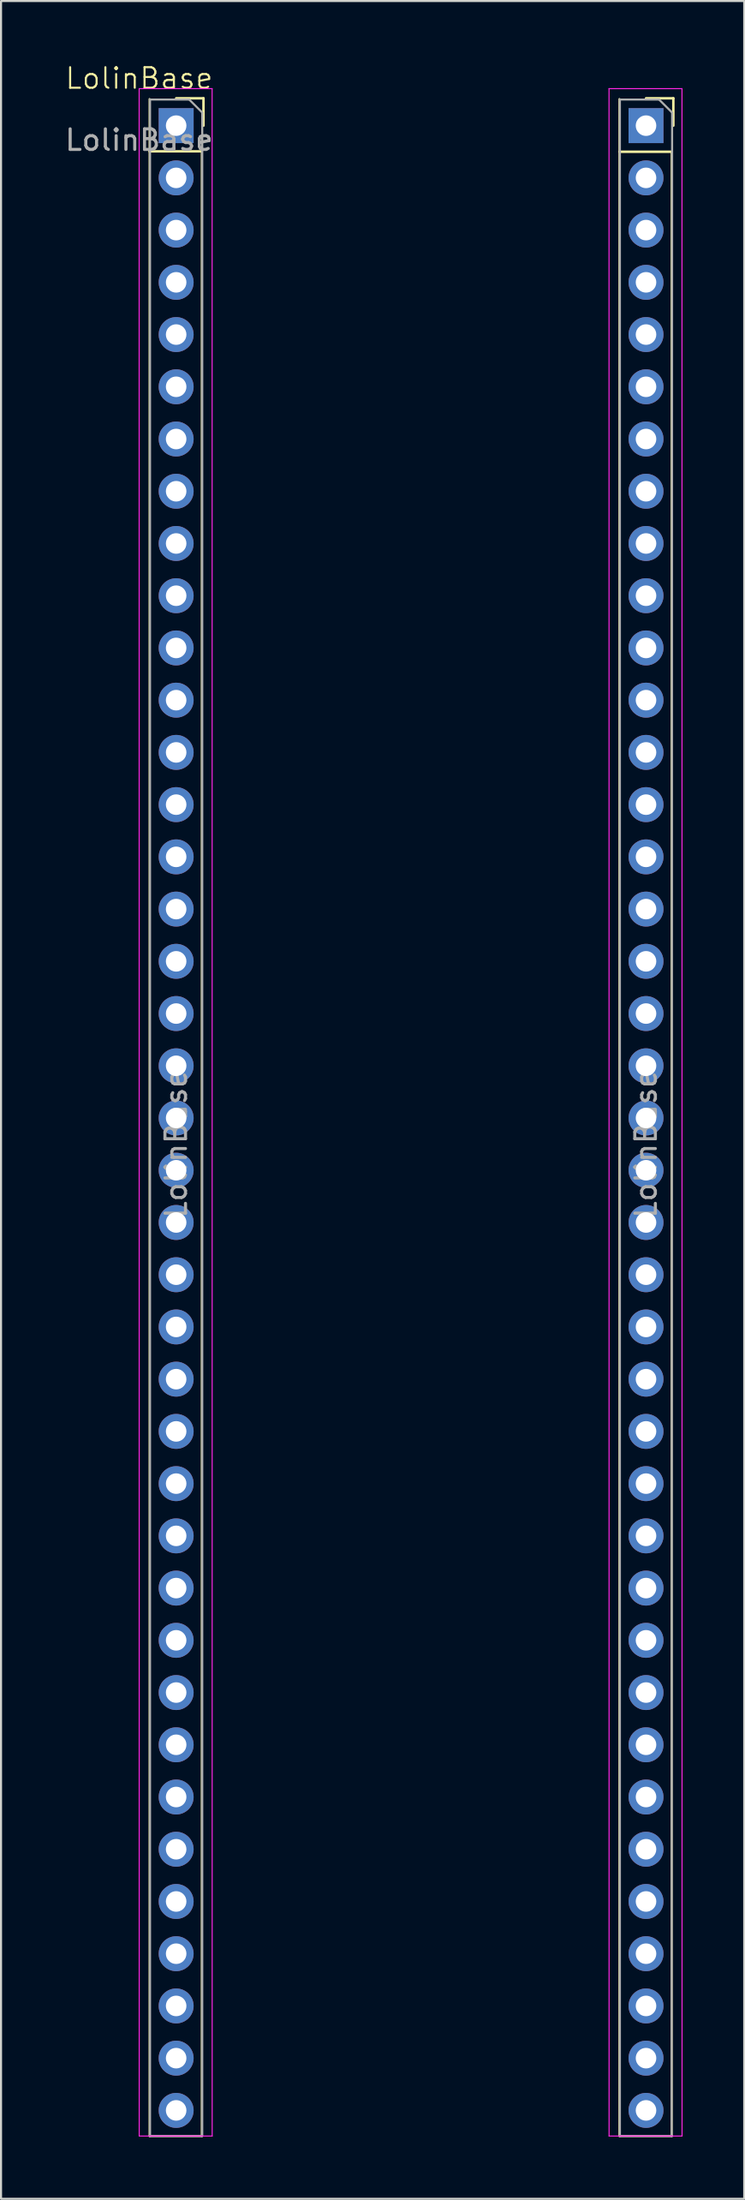
<source format=kicad_pcb>
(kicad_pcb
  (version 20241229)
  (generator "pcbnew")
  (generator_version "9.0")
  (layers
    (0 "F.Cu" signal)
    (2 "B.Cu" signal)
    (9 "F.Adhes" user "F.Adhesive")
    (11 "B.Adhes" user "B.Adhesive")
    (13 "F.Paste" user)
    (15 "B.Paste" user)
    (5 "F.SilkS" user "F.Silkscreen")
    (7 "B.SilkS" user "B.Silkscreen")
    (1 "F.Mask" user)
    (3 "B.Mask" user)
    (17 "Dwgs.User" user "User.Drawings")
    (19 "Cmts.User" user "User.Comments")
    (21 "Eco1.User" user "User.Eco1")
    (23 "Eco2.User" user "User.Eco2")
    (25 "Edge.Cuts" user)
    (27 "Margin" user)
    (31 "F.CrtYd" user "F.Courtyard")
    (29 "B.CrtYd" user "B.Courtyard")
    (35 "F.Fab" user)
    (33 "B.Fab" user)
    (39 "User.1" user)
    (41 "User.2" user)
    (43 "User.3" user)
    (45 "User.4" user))
  (footprint "LolinBase"
    (layer "F.Cu")
    (at 3.72 1.26)
    (property "Reference" "LolinBase" (at 0 -0.5 0) (unlocked yes) (layer "F.SilkS") (effects (font (size 1 1) (thickness 0.1))))
    (attr through_hole)
    (fp_line (start 0.508 0.508) (end 0.508 99.568) (stroke (width 0.1) (type default)) (layer "F.SilkS"))
    (fp_line (start 0.508 3.048) (end 3.048 3.048) (stroke (width 0.12) (type solid)) (layer "F.SilkS"))
    (fp_line (start 0.508 99.568) (end 3.048 99.568) (stroke (width 0.1) (type default)) (layer "F.SilkS"))
    (fp_line (start 1.8 0.47) (end 3.13 0.47) (stroke (width 0.12) (type solid)) (layer "F.SilkS"))
    (fp_line (start 3.048 99.568) (end 3.048 3.048) (stroke (width 0.1) (type default)) (layer "F.SilkS"))
    (fp_line (start 3.13 0.47) (end 3.13 1.8) (stroke (width 0.12) (type solid)) (layer "F.SilkS"))
    (fp_line (start 23.368 0.508) (end 23.368 99.568) (stroke (width 0.1) (type default)) (layer "F.SilkS"))
    (fp_line (start 23.368 3.07) (end 25.908 3.07) (stroke (width 0.12) (type solid)) (layer "F.SilkS"))
    (fp_line (start 23.368 99.568) (end 25.908 99.568) (stroke (width 0.1) (type default)) (layer "F.SilkS"))
    (fp_line (start 24.66 0.47) (end 25.99 0.47) (stroke (width 0.12) (type solid)) (layer "F.SilkS"))
    (fp_line (start 25.908 99.568) (end 25.908 3.07) (stroke (width 0.1) (type default)) (layer "F.SilkS"))
    (fp_line (start 25.99 0.47) (end 25.99 1.8) (stroke (width 0.12) (type solid)) (layer "F.SilkS"))
    (fp_line (start 0 0) (end 3.55 0) (stroke (width 0.05) (type solid)) (layer "F.CrtYd"))
    (fp_line (start 0.003 99.568) (end 0 0) (stroke (width 0.05) (type solid)) (layer "F.CrtYd"))
    (fp_line (start 3.55 0) (end 3.553 99.568) (stroke (width 0.05) (type solid)) (layer "F.CrtYd"))
    (fp_line (start 3.553 99.568) (end 0.003 99.568) (stroke (width 0.05) (type solid)) (layer "F.CrtYd"))
    (fp_line (start 22.86 0) (end 26.41 0) (stroke (width 0.05) (type solid)) (layer "F.CrtYd"))
    (fp_line (start 22.863 99.568) (end 22.86 0) (stroke (width 0.05) (type solid)) (layer "F.CrtYd"))
    (fp_line (start 26.41 0) (end 26.413 99.568) (stroke (width 0.05) (type solid)) (layer "F.CrtYd"))
    (fp_line (start 26.413 99.568) (end 22.863 99.568) (stroke (width 0.05) (type solid)) (layer "F.CrtYd"))
    (fp_line (start 0.53 0.53) (end 2.435 0.53) (stroke (width 0.1) (type solid)) (layer "F.Fab"))
    (fp_line (start 0.53 99.568) (end 0.53 0.53) (stroke (width 0.1) (type solid)) (layer "F.Fab"))
    (fp_line (start 2.435 0.53) (end 3.07 1.165) (stroke (width 0.1) (type solid)) (layer "F.Fab"))
    (fp_line (start 3.048 99.568) (end 0.508 99.568) (stroke (width 0.1) (type solid)) (layer "F.Fab"))
    (fp_line (start 3.07 1.165) (end 3.07 99.568) (stroke (width 0.1) (type solid)) (layer "F.Fab"))
    (fp_line (start 23.39 0.53) (end 25.295 0.53) (stroke (width 0.1) (type solid)) (layer "F.Fab"))
    (fp_line (start 23.39 99.568) (end 23.39 0.53) (stroke (width 0.1) (type solid)) (layer "F.Fab"))
    (fp_line (start 25.295 0.53) (end 25.93 1.165) (stroke (width 0.1) (type solid)) (layer "F.Fab"))
    (fp_line (start 25.93 1.165) (end 25.908 99.568) (stroke (width 0.1) (type solid)) (layer "F.Fab"))
    (fp_line (start 25.93 99.568) (end 23.39 99.568) (stroke (width 0.1) (type solid)) (layer "F.Fab"))
    (fp_text user "${REFERENCE}" (at 24.66 51.33 90) (layer "F.Fab") (effects (font (size 1 1) (thickness 0.15))))
    (fp_text user "${REFERENCE}" (at 1.8 51.33 90) (layer "F.Fab") (effects (font (size 1 1) (thickness 0.15))))
    (fp_text user "${REFERENCE}" (at 0 2.5 0) (unlocked yes) (layer "F.Fab") (effects (font (size 1 1) (thickness 0.15))))
    (pad "1" thru_hole rect (at 1.8 1.8) (size 1.7 1.7) (drill 1) (layers "*.Cu" "*.Mask"))
    (pad "2" thru_hole oval (at 1.8 4.34) (size 1.7 1.7) (drill 1) (layers "*.Cu" "*.Mask"))
    (pad "3" thru_hole oval (at 1.8 6.88) (size 1.7 1.7) (drill 1) (layers "*.Cu" "*.Mask"))
    (pad "4" thru_hole oval (at 1.8 9.42) (size 1.7 1.7) (drill 1) (layers "*.Cu" "*.Mask"))
    (pad "5" thru_hole oval (at 1.8 11.96) (size 1.7 1.7) (drill 1) (layers "*.Cu" "*.Mask"))
    (pad "6" thru_hole oval (at 1.8 14.5) (size 1.7 1.7) (drill 1) (layers "*.Cu" "*.Mask"))
    (pad "7" thru_hole oval (at 1.8 17.04) (size 1.7 1.7) (drill 1) (layers "*.Cu" "*.Mask"))
    (pad "8" thru_hole oval (at 1.8 19.58) (size 1.7 1.7) (drill 1) (layers "*.Cu" "*.Mask"))
    (pad "9" thru_hole oval (at 1.8 22.12) (size 1.7 1.7) (drill 1) (layers "*.Cu" "*.Mask"))
    (pad "10" thru_hole oval (at 1.8 24.66) (size 1.7 1.7) (drill 1) (layers "*.Cu" "*.Mask"))
    (pad "11" thru_hole oval (at 1.8 27.2) (size 1.7 1.7) (drill 1) (layers "*.Cu" "*.Mask"))
    (pad "12" thru_hole oval (at 1.8 29.74) (size 1.7 1.7) (drill 1) (layers "*.Cu" "*.Mask"))
    (pad "13" thru_hole oval (at 1.8 32.28) (size 1.7 1.7) (drill 1) (layers "*.Cu" "*.Mask"))
    (pad "14" thru_hole oval (at 1.8 34.82) (size 1.7 1.7) (drill 1) (layers "*.Cu" "*.Mask"))
    (pad "15" thru_hole oval (at 1.8 37.36) (size 1.7 1.7) (drill 1) (layers "*.Cu" "*.Mask"))
    (pad "16" thru_hole oval (at 1.8 39.9) (size 1.7 1.7) (drill 1) (layers "*.Cu" "*.Mask"))
    (pad "17" thru_hole oval (at 1.8 42.44) (size 1.7 1.7) (drill 1) (layers "*.Cu" "*.Mask"))
    (pad "18" thru_hole oval (at 1.8 44.98) (size 1.7 1.7) (drill 1) (layers "*.Cu" "*.Mask"))
    (pad "19" thru_hole oval (at 1.8 47.52) (size 1.7 1.7) (drill 1) (layers "*.Cu" "*.Mask"))
    (pad "20" thru_hole oval (at 1.8 50.06) (size 1.7 1.7) (drill 1) (layers "*.Cu" "*.Mask"))
    (pad "21" thru_hole oval (at 1.8 52.6) (size 1.7 1.7) (drill 1) (layers "*.Cu" "*.Mask"))
    (pad "22" thru_hole oval (at 1.8 55.14) (size 1.7 1.7) (drill 1) (layers "*.Cu" "*.Mask"))
    (pad "23" thru_hole oval (at 1.8 57.68) (size 1.7 1.7) (drill 1) (layers "*.Cu" "*.Mask"))
    (pad "24" thru_hole oval (at 1.8 60.22) (size 1.7 1.7) (drill 1) (layers "*.Cu" "*.Mask"))
    (pad "25" thru_hole oval (at 1.8 62.76) (size 1.7 1.7) (drill 1) (layers "*.Cu" "*.Mask"))
    (pad "26" thru_hole oval (at 1.8 65.3) (size 1.7 1.7) (drill 1) (layers "*.Cu" "*.Mask"))
    (pad "27" thru_hole oval (at 1.8 67.84) (size 1.7 1.7) (drill 1) (layers "*.Cu" "*.Mask"))
    (pad "28" thru_hole oval (at 1.8 70.38) (size 1.7 1.7) (drill 1) (layers "*.Cu" "*.Mask"))
    (pad "29" thru_hole oval (at 1.8 72.92) (size 1.7 1.7) (drill 1) (layers "*.Cu" "*.Mask"))
    (pad "30" thru_hole oval (at 1.8 75.46) (size 1.7 1.7) (drill 1) (layers "*.Cu" "*.Mask"))
    (pad "31" thru_hole oval (at 1.8 78) (size 1.7 1.7) (drill 1) (layers "*.Cu" "*.Mask"))
    (pad "32" thru_hole oval (at 1.8 80.54) (size 1.7 1.7) (drill 1) (layers "*.Cu" "*.Mask"))
    (pad "33" thru_hole oval (at 1.8 83.08) (size 1.7 1.7) (drill 1) (layers "*.Cu" "*.Mask"))
    (pad "34" thru_hole oval (at 1.8 85.62) (size 1.7 1.7) (drill 1) (layers "*.Cu" "*.Mask"))
    (pad "35" thru_hole oval (at 1.8 88.16) (size 1.7 1.7) (drill 1) (layers "*.Cu" "*.Mask"))
    (pad "36" thru_hole oval (at 1.8 90.7) (size 1.7 1.7) (drill 1) (layers "*.Cu" "*.Mask"))
    (pad "37" thru_hole oval (at 1.8 93.24) (size 1.7 1.7) (drill 1) (layers "*.Cu" "*.Mask"))
    (pad "38" thru_hole oval (at 1.8 95.78) (size 1.7 1.7) (drill 1) (layers "*.Cu" "*.Mask"))
    (pad "39" thru_hole oval (at 1.8 98.32) (size 1.7 1.7) (drill 1) (layers "*.Cu" "*.Mask"))
    (pad "40" thru_hole rect (at 24.66 1.8) (size 1.7 1.7) (drill 1) (layers "*.Cu" "*.Mask"))
    (pad "41" thru_hole oval (at 24.66 4.34) (size 1.7 1.7) (drill 1) (layers "*.Cu" "*.Mask"))
    (pad "42" thru_hole oval (at 24.66 6.88) (size 1.7 1.7) (drill 1) (layers "*.Cu" "*.Mask"))
    (pad "43" thru_hole oval (at 24.66 9.42) (size 1.7 1.7) (drill 1) (layers "*.Cu" "*.Mask"))
    (pad "44" thru_hole oval (at 24.66 11.96) (size 1.7 1.7) (drill 1) (layers "*.Cu" "*.Mask"))
    (pad "45" thru_hole oval (at 24.66 14.5) (size 1.7 1.7) (drill 1) (layers "*.Cu" "*.Mask"))
    (pad "46" thru_hole oval (at 24.66 17.04) (size 1.7 1.7) (drill 1) (layers "*.Cu" "*.Mask"))
    (pad "47" thru_hole oval (at 24.66 19.58) (size 1.7 1.7) (drill 1) (layers "*.Cu" "*.Mask"))
    (pad "48" thru_hole oval (at 24.66 22.12) (size 1.7 1.7) (drill 1) (layers "*.Cu" "*.Mask"))
    (pad "49" thru_hole oval (at 24.66 24.66) (size 1.7 1.7) (drill 1) (layers "*.Cu" "*.Mask"))
    (pad "50" thru_hole oval (at 24.66 27.2) (size 1.7 1.7) (drill 1) (layers "*.Cu" "*.Mask"))
    (pad "51" thru_hole oval (at 24.66 29.74) (size 1.7 1.7) (drill 1) (layers "*.Cu" "*.Mask"))
    (pad "52" thru_hole oval (at 24.66 32.28) (size 1.7 1.7) (drill 1) (layers "*.Cu" "*.Mask"))
    (pad "53" thru_hole oval (at 24.66 34.82) (size 1.7 1.7) (drill 1) (layers "*.Cu" "*.Mask"))
    (pad "54" thru_hole oval (at 24.66 37.36) (size 1.7 1.7) (drill 1) (layers "*.Cu" "*.Mask"))
    (pad "55" thru_hole oval (at 24.66 39.9) (size 1.7 1.7) (drill 1) (layers "*.Cu" "*.Mask"))
    (pad "56" thru_hole oval (at 24.66 42.44) (size 1.7 1.7) (drill 1) (layers "*.Cu" "*.Mask"))
    (pad "57" thru_hole oval (at 24.66 44.98) (size 1.7 1.7) (drill 1) (layers "*.Cu" "*.Mask"))
    (pad "58" thru_hole oval (at 24.66 47.52) (size 1.7 1.7) (drill 1) (layers "*.Cu" "*.Mask"))
    (pad "59" thru_hole oval (at 24.66 50.06) (size 1.7 1.7) (drill 1) (layers "*.Cu" "*.Mask"))
    (pad "60" thru_hole oval (at 24.66 52.6) (size 1.7 1.7) (drill 1) (layers "*.Cu" "*.Mask"))
    (pad "61" thru_hole oval (at 24.66 55.14) (size 1.7 1.7) (drill 1) (layers "*.Cu" "*.Mask"))
    (pad "62" thru_hole oval (at 24.66 57.68) (size 1.7 1.7) (drill 1) (layers "*.Cu" "*.Mask"))
    (pad "63" thru_hole oval (at 24.66 60.22) (size 1.7 1.7) (drill 1) (layers "*.Cu" "*.Mask"))
    (pad "64" thru_hole oval (at 24.66 62.76) (size 1.7 1.7) (drill 1) (layers "*.Cu" "*.Mask"))
    (pad "65" thru_hole oval (at 24.66 65.3) (size 1.7 1.7) (drill 1) (layers "*.Cu" "*.Mask"))
    (pad "66" thru_hole oval (at 24.66 67.84) (size 1.7 1.7) (drill 1) (layers "*.Cu" "*.Mask"))
    (pad "67" thru_hole oval (at 24.66 70.38) (size 1.7 1.7) (drill 1) (layers "*.Cu" "*.Mask"))
    (pad "68" thru_hole oval (at 24.66 72.92) (size 1.7 1.7) (drill 1) (layers "*.Cu" "*.Mask"))
    (pad "69" thru_hole oval (at 24.66 75.46) (size 1.7 1.7) (drill 1) (layers "*.Cu" "*.Mask"))
    (pad "70" thru_hole oval (at 24.66 78) (size 1.7 1.7) (drill 1) (layers "*.Cu" "*.Mask"))
    (pad "71" thru_hole oval (at 24.66 80.54) (size 1.7 1.7) (drill 1) (layers "*.Cu" "*.Mask"))
    (pad "72" thru_hole oval (at 24.66 83.08) (size 1.7 1.7) (drill 1) (layers "*.Cu" "*.Mask"))
    (pad "73" thru_hole oval (at 24.66 85.62) (size 1.7 1.7) (drill 1) (layers "*.Cu" "*.Mask"))
    (pad "74" thru_hole oval (at 24.66 88.16) (size 1.7 1.7) (drill 1) (layers "*.Cu" "*.Mask"))
    (pad "75" thru_hole oval (at 24.66 90.7) (size 1.7 1.7) (drill 1) (layers "*.Cu" "*.Mask"))
    (pad "76" thru_hole oval (at 24.66 93.24) (size 1.7 1.7) (drill 1) (layers "*.Cu" "*.Mask"))
    (pad "77" thru_hole oval (at 24.66 95.78) (size 1.7 1.7) (drill 1) (layers "*.Cu" "*.Mask"))
    (pad "78" thru_hole oval (at 24.66 98.32) (size 1.7 1.7) (drill 1) (layers "*.Cu" "*.Mask")))
  (gr_rect
    (start -3 -3)
    (end 33.158 103.879)
    (stroke (width 0.1) (type default))
    (fill no)
    (layer "Edge.Cuts")))
</source>
